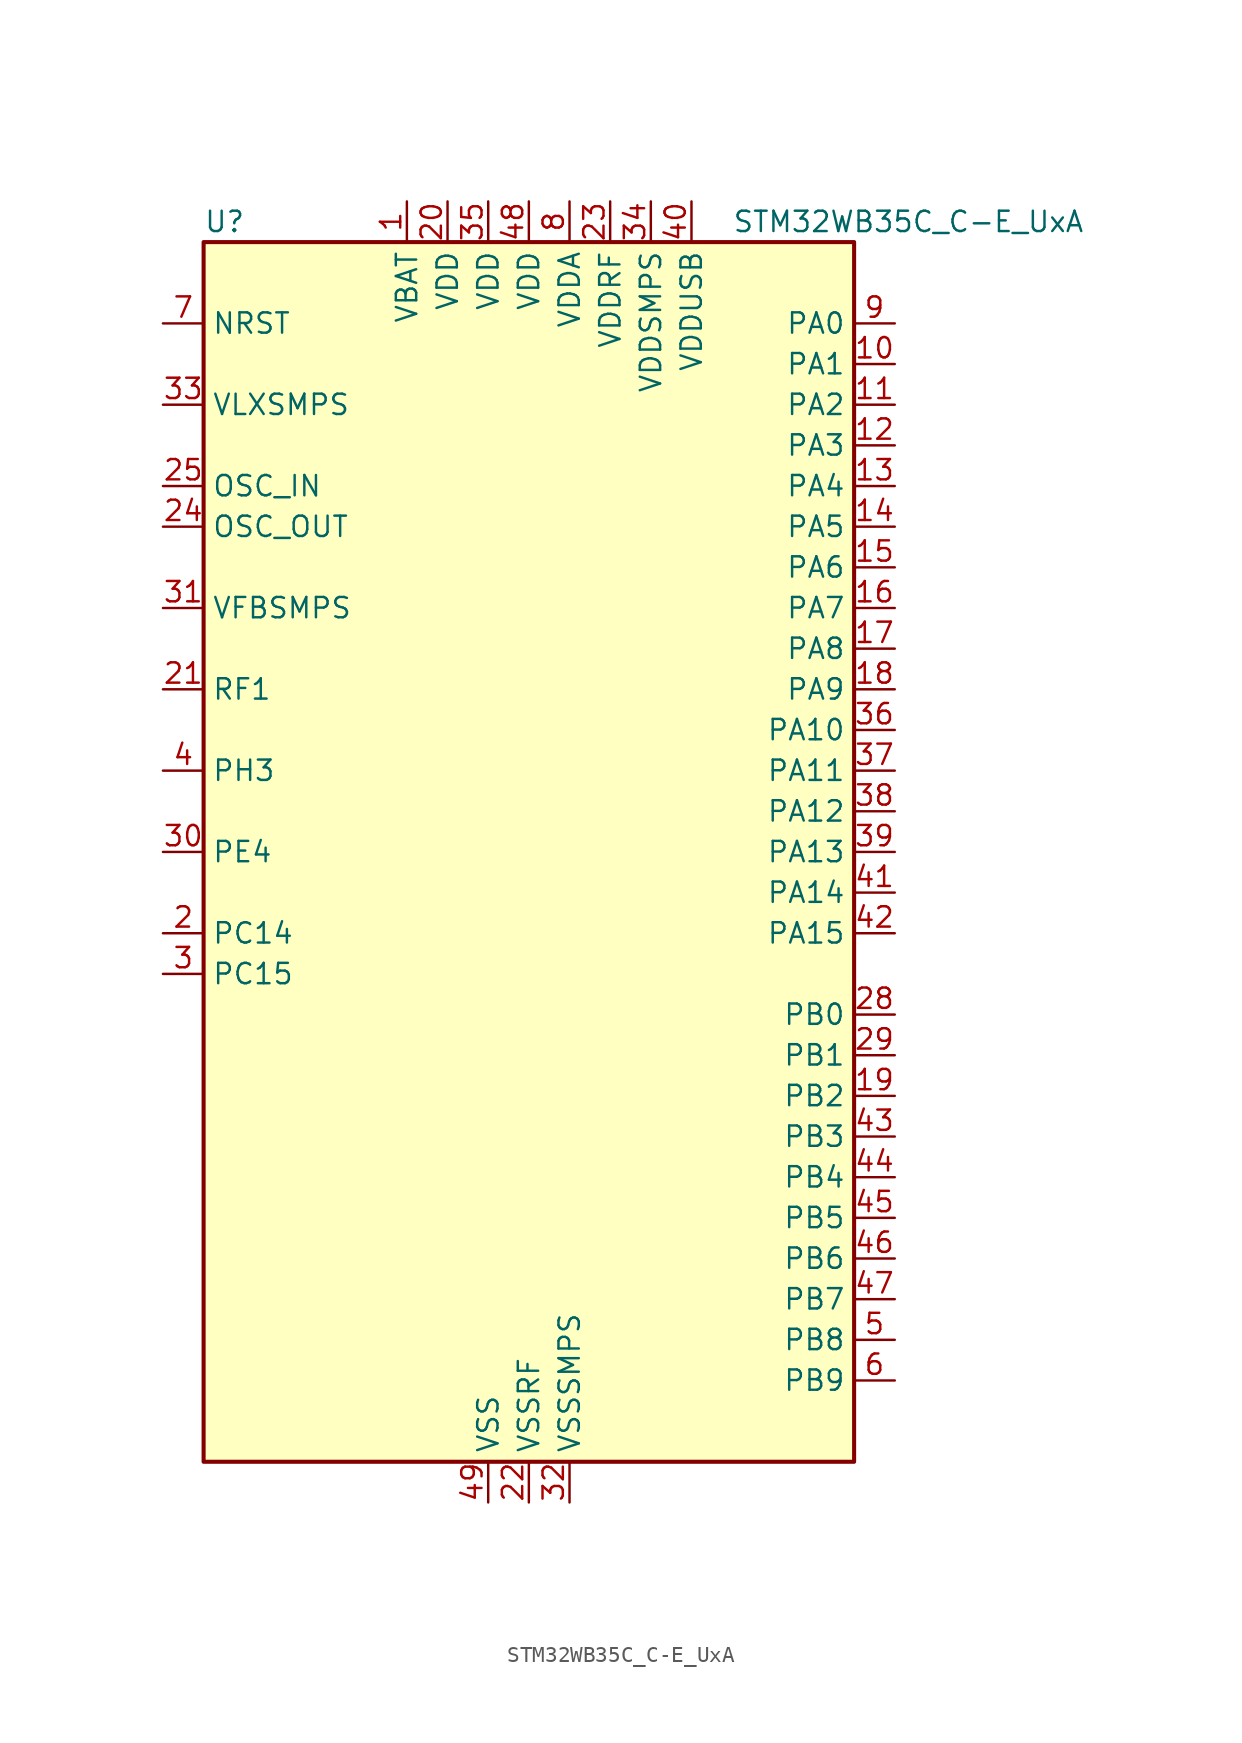
<source format=kicad_sym>
(kicad_symbol_lib
  (version 20241209)
  (generator "kicad_symbol_editor")
  (generator_version "9.0")
  (symbol "STM32WB35C_C-E_UxA"
    (property "Reference" "U"
      (at -20.32 39.37 0)
      (effects (font (size 1.27 1.27)) (justify left)))
    (property "Value" "STM32WB35C_C-E_UxA"
      (at 12.7 39.37 0)
      (effects (font (size 1.27 1.27)) (justify left)))
    (symbol "STM32WB35C_C-E_UxA_0_1"
      (rectangle (start -20.32 -38.1) (end 20.32 38.1) (stroke (width 0.254) (type default)) (fill (type background))))
    (symbol "STM32WB35C_C-E_UxA_1_1"
      (pin input line (at -22.86 33.02 0) (length 2.54) (name "NRST" (effects (font (size 1.27 1.27)))) (number "7" (effects (font (size 1.27 1.27)))))
      (pin power_in line (at -22.86 27.94 0) (length 2.54) (name "VLXSMPS" (effects (font (size 1.27 1.27)))) (number "33" (effects (font (size 1.27 1.27)))))
      (pin input line (at -22.86 22.86 0) (length 2.54) (name "OSC_IN" (effects (font (size 1.27 1.27)))) (number "25" (effects (font (size 1.27 1.27)))) (alternate "RCC_OSC_IN" bidirectional line))
      (pin input line (at -22.86 20.32 0) (length 2.54) (name "OSC_OUT" (effects (font (size 1.27 1.27)))) (number "24" (effects (font (size 1.27 1.27)))) (alternate "RCC_OSC_OUT" bidirectional line))
      (pin input line (at -22.86 15.24 0) (length 2.54) (name "VFBSMPS" (effects (font (size 1.27 1.27)))) (number "31" (effects (font (size 1.27 1.27)))))
      (pin bidirectional line (at -22.86 10.16 0) (length 2.54) (name "RF1" (effects (font (size 1.27 1.27)))) (number "21" (effects (font (size 1.27 1.27)))) (alternate "RF_RF1" bidirectional line))
      (pin bidirectional line (at -22.86 5.08 0) (length 2.54) (name "PH3" (effects (font (size 1.27 1.27)))) (number "4" (effects (font (size 1.27 1.27)))) (alternate "RCC_LSCO" bidirectional line))
      (pin bidirectional line (at -22.86 0 0) (length 2.54) (name "PE4" (effects (font (size 1.27 1.27)))) (number "30" (effects (font (size 1.27 1.27)))))
      (pin bidirectional line (at -22.86 -5.08 0) (length 2.54) (name "PC14" (effects (font (size 1.27 1.27)))) (number "2" (effects (font (size 1.27 1.27)))) (alternate "RCC_OSC32_IN" bidirectional line))
      (pin bidirectional line (at -22.86 -7.62 0) (length 2.54) (name "PC15" (effects (font (size 1.27 1.27)))) (number "3" (effects (font (size 1.27 1.27)))) (alternate "ADC1_EXTI15" bidirectional line) (alternate "RCC_OSC32_OUT" bidirectional line))
      (pin no_connect line (at -20.32 -35.56 0) (length 2.54) (hide yes) (name "AT1" (effects (font (size 1.27 1.27)))) (number "27" (effects (font (size 1.27 1.27)))))
      (pin no_connect line (at -20.32 -38.1 0) (length 2.54) (hide yes) (name "AT0" (effects (font (size 1.27 1.27)))) (number "26" (effects (font (size 1.27 1.27)))))
      (pin power_in line (at -7.62 40.64 270) (length 2.54) (name "VBAT" (effects (font (size 1.27 1.27)))) (number "1" (effects (font (size 1.27 1.27)))))
      (pin power_in line (at -5.08 40.64 270) (length 2.54) (name "VDD" (effects (font (size 1.27 1.27)))) (number "20" (effects (font (size 1.27 1.27)))))
      (pin power_in line (at -2.54 40.64 270) (length 2.54) (name "VDD" (effects (font (size 1.27 1.27)))) (number "35" (effects (font (size 1.27 1.27)))))
      (pin power_in line (at -2.54 -40.64 90) (length 2.54) (name "VSS" (effects (font (size 1.27 1.27)))) (number "49" (effects (font (size 1.27 1.27)))))
      (pin power_in line (at 0 40.64 270) (length 2.54) (name "VDD" (effects (font (size 1.27 1.27)))) (number "48" (effects (font (size 1.27 1.27)))))
      (pin power_in line (at 0 -40.64 90) (length 2.54) (name "VSSRF" (effects (font (size 1.27 1.27)))) (number "22" (effects (font (size 1.27 1.27)))))
      (pin power_in line (at 2.54 40.64 270) (length 2.54) (name "VDDA" (effects (font (size 1.27 1.27)))) (number "8" (effects (font (size 1.27 1.27)))))
      (pin power_in line (at 2.54 -40.64 90) (length 2.54) (name "VSSSMPS" (effects (font (size 1.27 1.27)))) (number "32" (effects (font (size 1.27 1.27)))))
      (pin power_in line (at 5.08 40.64 270) (length 2.54) (name "VDDRF" (effects (font (size 1.27 1.27)))) (number "23" (effects (font (size 1.27 1.27)))))
      (pin power_in line (at 7.62 40.64 270) (length 2.54) (name "VDDSMPS" (effects (font (size 1.27 1.27)))) (number "34" (effects (font (size 1.27 1.27)))))
      (pin power_in line (at 10.16 40.64 270) (length 2.54) (name "VDDUSB" (effects (font (size 1.27 1.27)))) (number "40" (effects (font (size 1.27 1.27)))))
      (pin bidirectional line (at 22.86 33.02 180) (length 2.54) (name "PA0" (effects (font (size 1.27 1.27)))) (number "9" (effects (font (size 1.27 1.27)))) (alternate "ADC1_IN5" bidirectional line) (alternate "COMP1_INM" bidirectional line) (alternate "COMP1_OUT" bidirectional line) (alternate "RTC_TAMP2" bidirectional line) (alternate "SAI1_EXTCLK" bidirectional line) (alternate "SYS_WKUP1" bidirectional line) (alternate "TIM2_CH1" bidirectional line) (alternate "TIM2_ETR" bidirectional line))
      (pin bidirectional line (at 22.86 30.48 180) (length 2.54) (name "PA1" (effects (font (size 1.27 1.27)))) (number "10" (effects (font (size 1.27 1.27)))) (alternate "ADC1_IN6" bidirectional line) (alternate "COMP1_INP" bidirectional line) (alternate "I2C1_SMBA" bidirectional line) (alternate "SPI1_SCK" bidirectional line) (alternate "TIM2_CH2" bidirectional line))
      (pin bidirectional line (at 22.86 27.94 180) (length 2.54) (name "PA2" (effects (font (size 1.27 1.27)))) (number "11" (effects (font (size 1.27 1.27)))) (alternate "ADC1_IN7" bidirectional line) (alternate "COMP2_INM" bidirectional line) (alternate "COMP2_OUT" bidirectional line) (alternate "LPUART1_TX" bidirectional line) (alternate "QUADSPI_BK1_NCS" bidirectional line) (alternate "RCC_LSCO" bidirectional line) (alternate "SYS_WKUP4" bidirectional line) (alternate "TIM2_CH3" bidirectional line))
      (pin bidirectional line (at 22.86 25.4 180) (length 2.54) (name "PA3" (effects (font (size 1.27 1.27)))) (number "12" (effects (font (size 1.27 1.27)))) (alternate "ADC1_IN8" bidirectional line) (alternate "COMP2_INP" bidirectional line) (alternate "LPUART1_RX" bidirectional line) (alternate "QUADSPI_CLK" bidirectional line) (alternate "SAI1_CK1" bidirectional line) (alternate "SAI1_MCLK_A" bidirectional line) (alternate "TIM2_CH4" bidirectional line))
      (pin bidirectional line (at 22.86 22.86 180) (length 2.54) (name "PA4" (effects (font (size 1.27 1.27)))) (number "13" (effects (font (size 1.27 1.27)))) (alternate "ADC1_IN9" bidirectional line) (alternate "COMP1_INM" bidirectional line) (alternate "COMP2_INM" bidirectional line) (alternate "LPTIM2_OUT" bidirectional line) (alternate "SAI1_FS_B" bidirectional line) (alternate "SPI1_NSS" bidirectional line))
      (pin bidirectional line (at 22.86 20.32 180) (length 2.54) (name "PA5" (effects (font (size 1.27 1.27)))) (number "14" (effects (font (size 1.27 1.27)))) (alternate "ADC1_IN10" bidirectional line) (alternate "COMP1_INM" bidirectional line) (alternate "COMP2_INM" bidirectional line) (alternate "LPTIM2_ETR" bidirectional line) (alternate "SAI1_SD_B" bidirectional line) (alternate "SPI1_SCK" bidirectional line) (alternate "TIM2_CH1" bidirectional line) (alternate "TIM2_ETR" bidirectional line))
      (pin bidirectional line (at 22.86 17.78 180) (length 2.54) (name "PA6" (effects (font (size 1.27 1.27)))) (number "15" (effects (font (size 1.27 1.27)))) (alternate "ADC1_IN11" bidirectional line) (alternate "LPUART1_CTS" bidirectional line) (alternate "QUADSPI_BK1_IO3" bidirectional line) (alternate "SPI1_MISO" bidirectional line) (alternate "TIM16_CH1" bidirectional line) (alternate "TIM1_BKIN" bidirectional line))
      (pin bidirectional line (at 22.86 15.24 180) (length 2.54) (name "PA7" (effects (font (size 1.27 1.27)))) (number "16" (effects (font (size 1.27 1.27)))) (alternate "ADC1_IN12" bidirectional line) (alternate "COMP2_OUT" bidirectional line) (alternate "I2C3_SCL" bidirectional line) (alternate "QUADSPI_BK1_IO2" bidirectional line) (alternate "SPI1_MOSI" bidirectional line) (alternate "TIM17_CH1" bidirectional line) (alternate "TIM1_CH1N" bidirectional line))
      (pin bidirectional line (at 22.86 12.7 180) (length 2.54) (name "PA8" (effects (font (size 1.27 1.27)))) (number "17" (effects (font (size 1.27 1.27)))) (alternate "ADC1_IN15" bidirectional line) (alternate "LPTIM2_OUT" bidirectional line) (alternate "RCC_MCO" bidirectional line) (alternate "SAI1_CK2" bidirectional line) (alternate "SAI1_SCK_A" bidirectional line) (alternate "TIM1_CH1" bidirectional line) (alternate "USART1_CK" bidirectional line))
      (pin bidirectional line (at 22.86 10.16 180) (length 2.54) (name "PA9" (effects (font (size 1.27 1.27)))) (number "18" (effects (font (size 1.27 1.27)))) (alternate "ADC1_IN16" bidirectional line) (alternate "COMP1_INM" bidirectional line) (alternate "I2C1_SCL" bidirectional line) (alternate "SAI1_D2" bidirectional line) (alternate "SAI1_FS_A" bidirectional line) (alternate "TIM1_CH2" bidirectional line) (alternate "USART1_TX" bidirectional line))
      (pin bidirectional line (at 22.86 7.62 180) (length 2.54) (name "PA10" (effects (font (size 1.27 1.27)))) (number "36" (effects (font (size 1.27 1.27)))) (alternate "CRS_SYNC" bidirectional line) (alternate "I2C1_SDA" bidirectional line) (alternate "SAI1_D1" bidirectional line) (alternate "SAI1_SD_A" bidirectional line) (alternate "TIM17_BKIN" bidirectional line) (alternate "TIM1_CH3" bidirectional line) (alternate "USART1_RX" bidirectional line))
      (pin bidirectional line (at 22.86 5.08 180) (length 2.54) (name "PA11" (effects (font (size 1.27 1.27)))) (number "37" (effects (font (size 1.27 1.27)))) (alternate "ADC1_EXTI11" bidirectional line) (alternate "SPI1_MISO" bidirectional line) (alternate "TIM1_BKIN2" bidirectional line) (alternate "TIM1_CH4" bidirectional line) (alternate "USART1_CTS" bidirectional line) (alternate "USART1_NSS" bidirectional line) (alternate "USB_DM" bidirectional line))
      (pin bidirectional line (at 22.86 2.54 180) (length 2.54) (name "PA12" (effects (font (size 1.27 1.27)))) (number "38" (effects (font (size 1.27 1.27)))) (alternate "LPUART1_RX" bidirectional line) (alternate "SPI1_MOSI" bidirectional line) (alternate "TIM1_ETR" bidirectional line) (alternate "USART1_DE" bidirectional line) (alternate "USART1_RTS" bidirectional line) (alternate "USB_DP" bidirectional line))
      (pin bidirectional line (at 22.86 0 180) (length 2.54) (name "PA13" (effects (font (size 1.27 1.27)))) (number "39" (effects (font (size 1.27 1.27)))) (alternate "IR_OUT" bidirectional line) (alternate "SAI1_SD_B" bidirectional line) (alternate "SYS_JTMS-SWDIO" bidirectional line) (alternate "USB_NOE" bidirectional line))
      (pin bidirectional line (at 22.86 -2.54 180) (length 2.54) (name "PA14" (effects (font (size 1.27 1.27)))) (number "41" (effects (font (size 1.27 1.27)))) (alternate "I2C1_SMBA" bidirectional line) (alternate "LPTIM1_OUT" bidirectional line) (alternate "SAI1_FS_B" bidirectional line) (alternate "SYS_JTCK-SWCLK" bidirectional line))
      (pin bidirectional line (at 22.86 -5.08 180) (length 2.54) (name "PA15" (effects (font (size 1.27 1.27)))) (number "42" (effects (font (size 1.27 1.27)))) (alternate "ADC1_EXTI15" bidirectional line) (alternate "RCC_MCO" bidirectional line) (alternate "SPI1_NSS" bidirectional line) (alternate "SYS_JTDI" bidirectional line) (alternate "TIM2_CH1" bidirectional line) (alternate "TIM2_ETR" bidirectional line))
      (pin bidirectional line (at 22.86 -10.16 180) (length 2.54) (name "PB0" (effects (font (size 1.27 1.27)))) (number "28" (effects (font (size 1.27 1.27)))) (alternate "COMP1_OUT" bidirectional line) (alternate "RF_TX_MOD_EXT_PA" bidirectional line))
      (pin bidirectional line (at 22.86 -12.7 180) (length 2.54) (name "PB1" (effects (font (size 1.27 1.27)))) (number "29" (effects (font (size 1.27 1.27)))) (alternate "LPTIM2_IN1" bidirectional line) (alternate "LPUART1_DE" bidirectional line) (alternate "LPUART1_RTS" bidirectional line))
      (pin bidirectional line (at 22.86 -15.24 180) (length 2.54) (name "PB2" (effects (font (size 1.27 1.27)))) (number "19" (effects (font (size 1.27 1.27)))) (alternate "COMP1_INP" bidirectional line) (alternate "I2C3_SMBA" bidirectional line) (alternate "LPTIM1_OUT" bidirectional line) (alternate "RTC_OUT2" bidirectional line) (alternate "SAI1_EXTCLK" bidirectional line) (alternate "SPI1_NSS" bidirectional line))
      (pin bidirectional line (at 22.86 -17.78 180) (length 2.54) (name "PB3" (effects (font (size 1.27 1.27)))) (number "43" (effects (font (size 1.27 1.27)))) (alternate "COMP2_INM" bidirectional line) (alternate "SAI1_SCK_B" bidirectional line) (alternate "SPI1_SCK" bidirectional line) (alternate "SYS_JTDO-SWO" bidirectional line) (alternate "TIM2_CH2" bidirectional line) (alternate "USART1_DE" bidirectional line) (alternate "USART1_RTS" bidirectional line))
      (pin bidirectional line (at 22.86 -20.32 180) (length 2.54) (name "PB4" (effects (font (size 1.27 1.27)))) (number "44" (effects (font (size 1.27 1.27)))) (alternate "COMP2_INP" bidirectional line) (alternate "I2C3_SDA" bidirectional line) (alternate "SAI1_MCLK_B" bidirectional line) (alternate "SPI1_MISO" bidirectional line) (alternate "SYS_JTRST" bidirectional line) (alternate "TIM17_BKIN" bidirectional line) (alternate "USART1_CTS" bidirectional line) (alternate "USART1_NSS" bidirectional line))
      (pin bidirectional line (at 22.86 -22.86 180) (length 2.54) (name "PB5" (effects (font (size 1.27 1.27)))) (number "45" (effects (font (size 1.27 1.27)))) (alternate "COMP2_OUT" bidirectional line) (alternate "I2C1_SMBA" bidirectional line) (alternate "LPTIM1_IN1" bidirectional line) (alternate "LPUART1_TX" bidirectional line) (alternate "SAI1_SD_B" bidirectional line) (alternate "SPI1_MOSI" bidirectional line) (alternate "TIM16_BKIN" bidirectional line) (alternate "USART1_CK" bidirectional line))
      (pin bidirectional line (at 22.86 -25.4 180) (length 2.54) (name "PB6" (effects (font (size 1.27 1.27)))) (number "46" (effects (font (size 1.27 1.27)))) (alternate "COMP2_INP" bidirectional line) (alternate "I2C1_SCL" bidirectional line) (alternate "LPTIM1_ETR" bidirectional line) (alternate "RCC_MCO" bidirectional line) (alternate "SAI1_FS_B" bidirectional line) (alternate "TIM16_CH1N" bidirectional line) (alternate "USART1_TX" bidirectional line))
      (pin bidirectional line (at 22.86 -27.94 180) (length 2.54) (name "PB7" (effects (font (size 1.27 1.27)))) (number "47" (effects (font (size 1.27 1.27)))) (alternate "COMP2_INM" bidirectional line) (alternate "I2C1_SDA" bidirectional line) (alternate "LPTIM1_IN2" bidirectional line) (alternate "SYS_PVD_IN" bidirectional line) (alternate "TIM17_CH1N" bidirectional line) (alternate "TIM1_BKIN" bidirectional line) (alternate "USART1_RX" bidirectional line))
      (pin bidirectional line (at 22.86 -30.48 180) (length 2.54) (name "PB8" (effects (font (size 1.27 1.27)))) (number "5" (effects (font (size 1.27 1.27)))) (alternate "I2C1_SCL" bidirectional line) (alternate "QUADSPI_BK1_IO1" bidirectional line) (alternate "SAI1_CK1" bidirectional line) (alternate "SAI1_MCLK_A" bidirectional line) (alternate "TIM16_CH1" bidirectional line) (alternate "TIM1_CH2N" bidirectional line))
      (pin bidirectional line (at 22.86 -33.02 180) (length 2.54) (name "PB9" (effects (font (size 1.27 1.27)))) (number "6" (effects (font (size 1.27 1.27)))) (alternate "I2C1_SDA" bidirectional line) (alternate "IR_OUT" bidirectional line) (alternate "QUADSPI_BK1_IO0" bidirectional line) (alternate "SAI1_D2" bidirectional line) (alternate "SAI1_FS_A" bidirectional line) (alternate "TIM17_CH1" bidirectional line) (alternate "TIM1_CH3N" bidirectional line)))))
</source>
